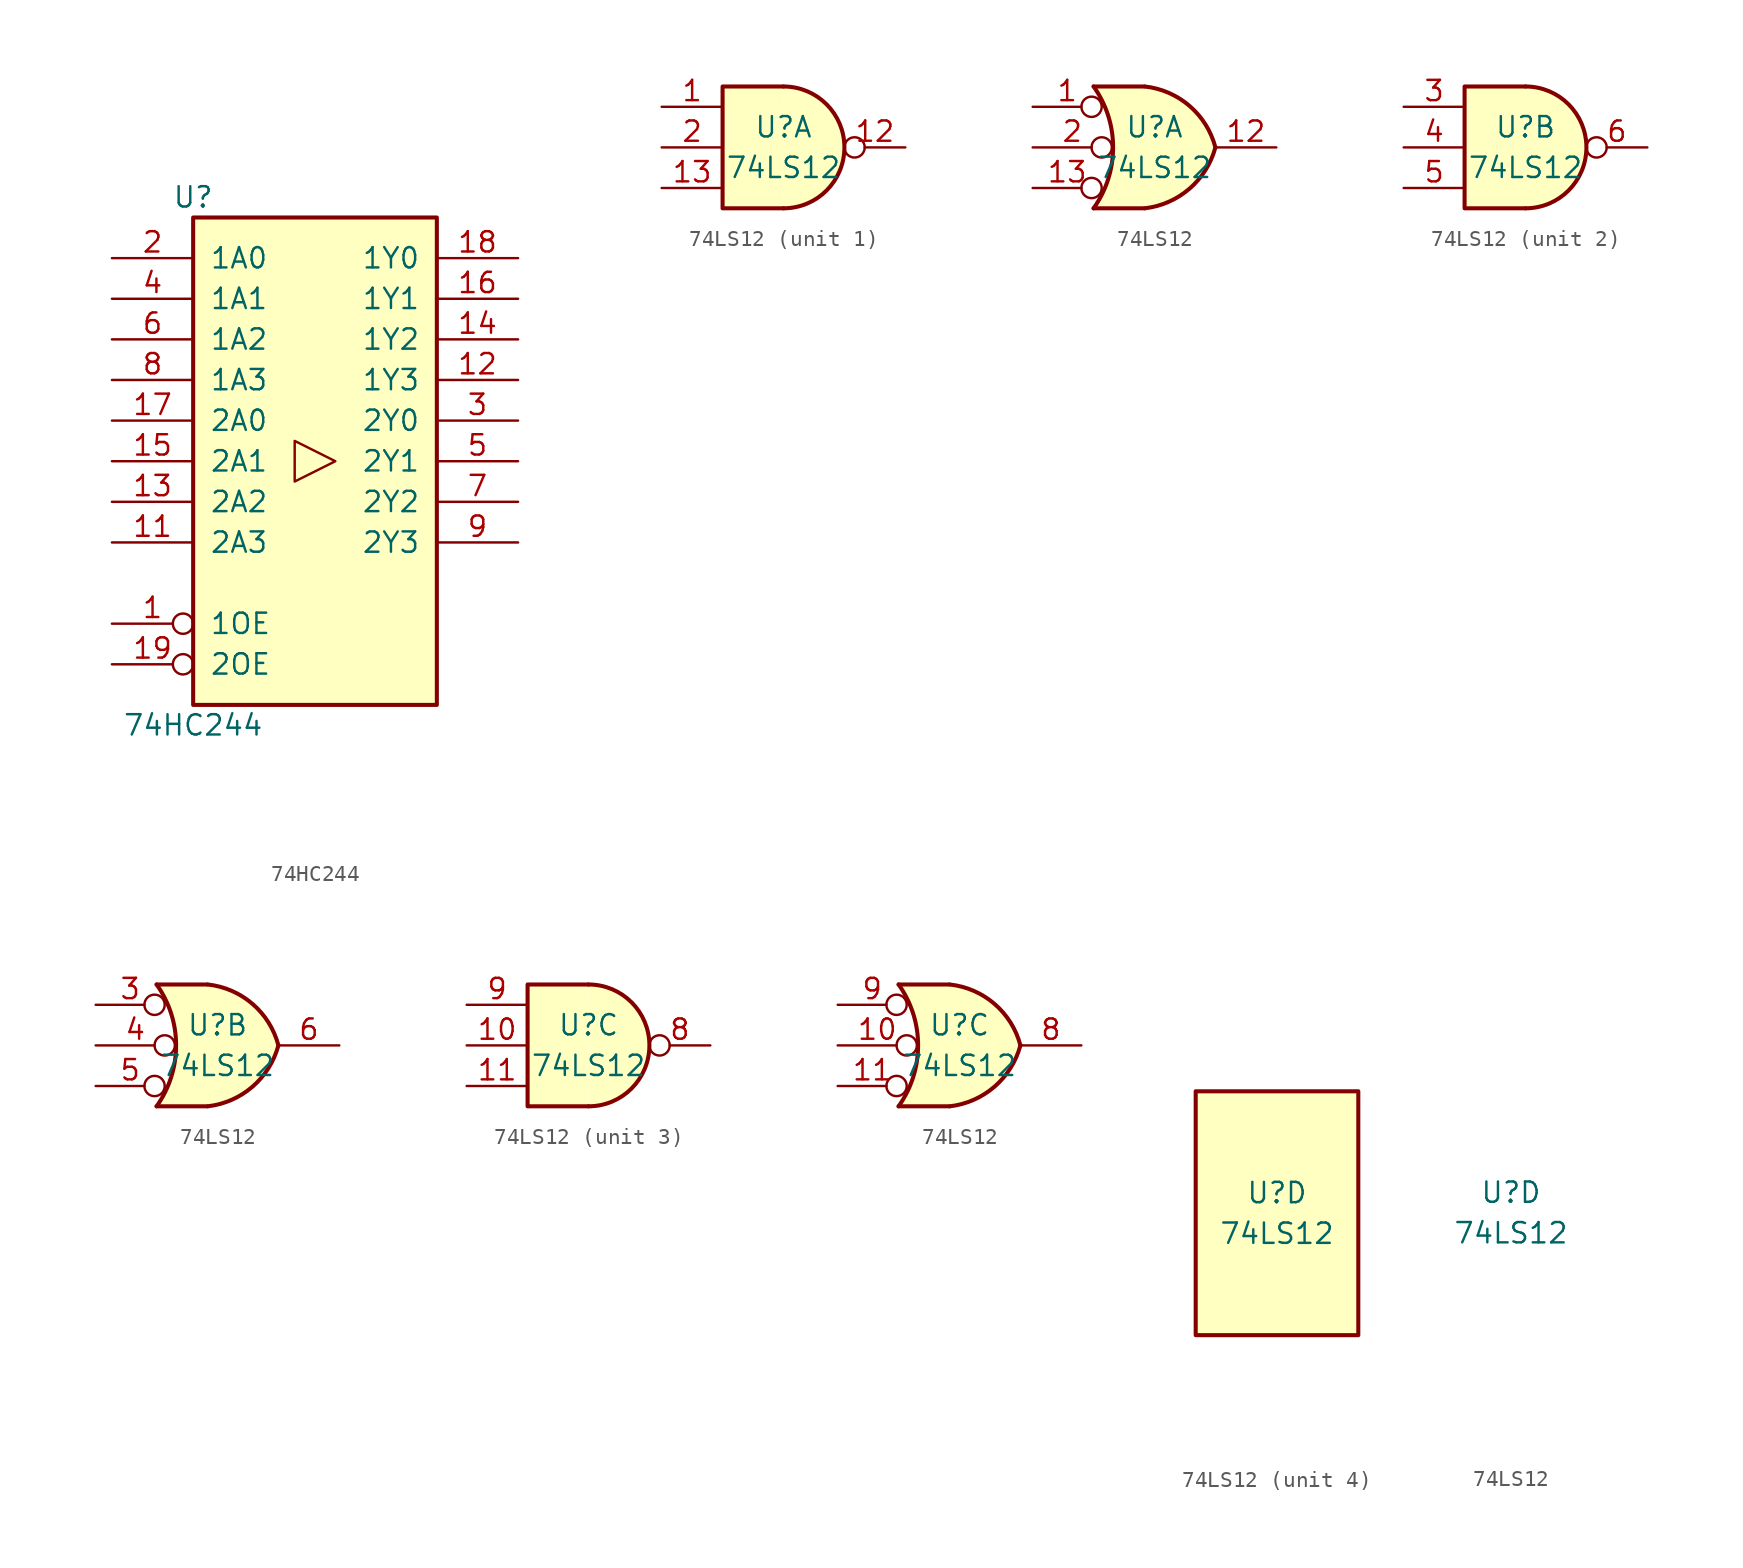
<source format=kicad_sym>
(kicad_symbol_lib
  (version 20211014)
  (generator kicad_symbol_editor)
  (symbol "74HC244"
    (pin_names
      (offset 1.016))
    (property "Reference" "U"
      (at -7.62 16.51 0)
      (effects (font (size 1.27 1.27))))
    (property "Value" "74HC244"
      (at -7.62 -16.51 0)
      (effects (font (size 1.27 1.27))))
    (property "ki_locked" ""
      (at 0 0 0)
      (effects (font (size 1.27 1.27))))
    (symbol "74HC244_1_0"
      (polyline (pts (xy 1.27 0) (xy -1.27 1.27) (xy -1.27 -1.27) (xy 1.27 0)) (stroke (width 0.152) (type default) (color 0 0 0 0)) (fill (type none)))
      (pin input inverted (at -12.7 -10.16 0) (length 5.08) (name "1OE" (effects (font (size 1.27 1.27)))) (number "1" (effects (font (size 1.27 1.27)))))
      (pin input line (at 0 -20.32 90) (length 5.08) hide (name "GND" (effects (font (size 1.27 1.27)))) (number "10" (effects (font (size 1.27 1.27)))))
      (pin input line (at -12.7 -5.08 0) (length 5.08) (name "2A3" (effects (font (size 1.27 1.27)))) (number "11" (effects (font (size 1.27 1.27)))))
      (pin output line (at 12.7 5.08 180) (length 5.08) (name "1Y3" (effects (font (size 1.27 1.27)))) (number "12" (effects (font (size 1.27 1.27)))))
      (pin input line (at -12.7 -2.54 0) (length 5.08) (name "2A2" (effects (font (size 1.27 1.27)))) (number "13" (effects (font (size 1.27 1.27)))))
      (pin output line (at 12.7 7.62 180) (length 5.08) (name "1Y2" (effects (font (size 1.27 1.27)))) (number "14" (effects (font (size 1.27 1.27)))))
      (pin input line (at -12.7 0 0) (length 5.08) (name "2A1" (effects (font (size 1.27 1.27)))) (number "15" (effects (font (size 1.27 1.27)))))
      (pin output line (at 12.7 10.16 180) (length 5.08) (name "1Y1" (effects (font (size 1.27 1.27)))) (number "16" (effects (font (size 1.27 1.27)))))
      (pin input line (at -12.7 2.54 0) (length 5.08) (name "2A0" (effects (font (size 1.27 1.27)))) (number "17" (effects (font (size 1.27 1.27)))))
      (pin output line (at 12.7 12.7 180) (length 5.08) (name "1Y0" (effects (font (size 1.27 1.27)))) (number "18" (effects (font (size 1.27 1.27)))))
      (pin input inverted (at -12.7 -12.7 0) (length 5.08) (name "2OE" (effects (font (size 1.27 1.27)))) (number "19" (effects (font (size 1.27 1.27)))))
      (pin input line (at -12.7 12.7 0) (length 5.08) (name "1A0" (effects (font (size 1.27 1.27)))) (number "2" (effects (font (size 1.27 1.27)))))
      (pin input line (at 0 20.32 270) (length 5.08) hide (name "VCC" (effects (font (size 1.27 1.27)))) (number "20" (effects (font (size 1.27 1.27)))))
      (pin output line (at 12.7 2.54 180) (length 5.08) (name "2Y0" (effects (font (size 1.27 1.27)))) (number "3" (effects (font (size 1.27 1.27)))))
      (pin input line (at -12.7 10.16 0) (length 5.08) (name "1A1" (effects (font (size 1.27 1.27)))) (number "4" (effects (font (size 1.27 1.27)))))
      (pin output line (at 12.7 0 180) (length 5.08) (name "2Y1" (effects (font (size 1.27 1.27)))) (number "5" (effects (font (size 1.27 1.27)))))
      (pin input line (at -12.7 7.62 0) (length 5.08) (name "1A2" (effects (font (size 1.27 1.27)))) (number "6" (effects (font (size 1.27 1.27)))))
      (pin output line (at 12.7 -2.54 180) (length 5.08) (name "2Y2" (effects (font (size 1.27 1.27)))) (number "7" (effects (font (size 1.27 1.27)))))
      (pin input line (at -12.7 5.08 0) (length 5.08) (name "1A3" (effects (font (size 1.27 1.27)))) (number "8" (effects (font (size 1.27 1.27)))))
      (pin output line (at 12.7 -5.08 180) (length 5.08) (name "2Y3" (effects (font (size 1.27 1.27)))) (number "9" (effects (font (size 1.27 1.27))))))
    (symbol "74HC244_1_1"
      (rectangle (start -7.62 15.24) (end 7.62 -15.24) (stroke (width 0.254) (type default) (color 0 0 0 0)) (fill (type background)))))
  (symbol "74LS12"
    (pin_names
      (offset 1.016))
    (property "Reference" "U"
      (at 0 1.27 0)
      (effects (font (size 1.27 1.27))))
    (property "Value" "74LS12"
      (at 0 -1.27 0)
      (effects (font (size 1.27 1.27))))
    (property "ki_locked" ""
      (at 0 0 0)
      (effects (font (size 1.27 1.27))))
    (symbol "74LS12_1_1"
      (arc (start 0 -3.81) (mid 3.81 0) (end 0 3.81) (stroke (width 0.254) (type default) (color 0 0 0 0)) (fill (type background)))
      (polyline (pts (xy 0 3.81) (xy -3.81 3.81) (xy -3.81 -3.81) (xy 0 -3.81)) (stroke (width 0.254) (type default) (color 0 0 0 0)) (fill (type background)))
      (pin input line (at -7.62 2.54 0) (length 3.81) (name "~" (effects (font (size 1.27 1.27)))) (number "1" (effects (font (size 1.27 1.27)))))
      (pin open_collector inverted (at 7.62 0 180) (length 3.81) (name "~" (effects (font (size 1.27 1.27)))) (number "12" (effects (font (size 1.27 1.27)))))
      (pin input line (at -7.62 -2.54 0) (length 3.81) (name "~" (effects (font (size 1.27 1.27)))) (number "13" (effects (font (size 1.27 1.27)))))
      (pin input line (at -7.62 0 0) (length 3.81) (name "~" (effects (font (size 1.27 1.27)))) (number "2" (effects (font (size 1.27 1.27))))))
    (symbol "74LS12_1_2"
      (arc (start -3.81 -3.81) (mid -2.589 0) (end -3.81 3.81) (stroke (width 0.254) (type default) (color 0 0 0 0)) (fill (type none)))
      (arc (start -0.6096 -3.81) (mid 2.1842 -2.5851) (end 3.81 0) (stroke (width 0.254) (type default) (color 0 0 0 0)) (fill (type background)))
      (polyline (pts (xy -3.81 -3.81) (xy -0.635 -3.81)) (stroke (width 0.254) (type default) (color 0 0 0 0)) (fill (type background)))
      (polyline (pts (xy -3.81 3.81) (xy -0.635 3.81)) (stroke (width 0.254) (type default) (color 0 0 0 0)) (fill (type background)))
      (polyline (pts (xy -0.635 3.81) (xy -3.81 3.81) (xy -3.81 3.81) (xy -3.556 3.404) (xy -3.023 2.261) (xy -2.692 1.041) (xy -2.616 -0.254) (xy -2.769 -1.499) (xy -3.175 -2.718) (xy -3.81 -3.81) (xy -3.81 -3.81) (xy -0.635 -3.81)) (stroke (width -25.4) (type default) (color 0 0 0 0)) (fill (type background)))
      (arc (start 3.81 0) (mid 2.1915 2.5936) (end -0.6096 3.81) (stroke (width 0.254) (type default) (color 0 0 0 0)) (fill (type background)))
      (pin input inverted (at -7.62 2.54 0) (length 4.318) (name "~" (effects (font (size 1.27 1.27)))) (number "1" (effects (font (size 1.27 1.27)))))
      (pin open_collector line (at 7.62 0 180) (length 3.81) (name "~" (effects (font (size 1.27 1.27)))) (number "12" (effects (font (size 1.27 1.27)))))
      (pin input inverted (at -7.62 -2.54 0) (length 4.318) (name "~" (effects (font (size 1.27 1.27)))) (number "13" (effects (font (size 1.27 1.27)))))
      (pin input inverted (at -7.62 0 0) (length 4.953) (name "~" (effects (font (size 1.27 1.27)))) (number "2" (effects (font (size 1.27 1.27))))))
    (symbol "74LS12_2_1"
      (arc (start 0 -3.81) (mid 3.81 0) (end 0 3.81) (stroke (width 0.254) (type default) (color 0 0 0 0)) (fill (type background)))
      (polyline (pts (xy 0 3.81) (xy -3.81 3.81) (xy -3.81 -3.81) (xy 0 -3.81)) (stroke (width 0.254) (type default) (color 0 0 0 0)) (fill (type background)))
      (pin input line (at -7.62 2.54 0) (length 3.81) (name "~" (effects (font (size 1.27 1.27)))) (number "3" (effects (font (size 1.27 1.27)))))
      (pin input line (at -7.62 0 0) (length 3.81) (name "~" (effects (font (size 1.27 1.27)))) (number "4" (effects (font (size 1.27 1.27)))))
      (pin input line (at -7.62 -2.54 0) (length 3.81) (name "~" (effects (font (size 1.27 1.27)))) (number "5" (effects (font (size 1.27 1.27)))))
      (pin open_collector inverted (at 7.62 0 180) (length 3.81) (name "~" (effects (font (size 1.27 1.27)))) (number "6" (effects (font (size 1.27 1.27))))))
    (symbol "74LS12_2_2"
      (arc (start -3.81 -3.81) (mid -2.589 0) (end -3.81 3.81) (stroke (width 0.254) (type default) (color 0 0 0 0)) (fill (type none)))
      (arc (start -0.6096 -3.81) (mid 2.1842 -2.5851) (end 3.81 0) (stroke (width 0.254) (type default) (color 0 0 0 0)) (fill (type background)))
      (polyline (pts (xy -3.81 -3.81) (xy -0.635 -3.81)) (stroke (width 0.254) (type default) (color 0 0 0 0)) (fill (type background)))
      (polyline (pts (xy -3.81 3.81) (xy -0.635 3.81)) (stroke (width 0.254) (type default) (color 0 0 0 0)) (fill (type background)))
      (polyline (pts (xy -0.635 3.81) (xy -3.81 3.81) (xy -3.81 3.81) (xy -3.556 3.404) (xy -3.023 2.261) (xy -2.692 1.041) (xy -2.616 -0.254) (xy -2.769 -1.499) (xy -3.175 -2.718) (xy -3.81 -3.81) (xy -3.81 -3.81) (xy -0.635 -3.81)) (stroke (width -25.4) (type default) (color 0 0 0 0)) (fill (type background)))
      (arc (start 3.81 0) (mid 2.1915 2.5936) (end -0.6096 3.81) (stroke (width 0.254) (type default) (color 0 0 0 0)) (fill (type background)))
      (pin input inverted (at -7.62 2.54 0) (length 4.318) (name "~" (effects (font (size 1.27 1.27)))) (number "3" (effects (font (size 1.27 1.27)))))
      (pin input inverted (at -7.62 0 0) (length 4.953) (name "~" (effects (font (size 1.27 1.27)))) (number "4" (effects (font (size 1.27 1.27)))))
      (pin input inverted (at -7.62 -2.54 0) (length 4.318) (name "~" (effects (font (size 1.27 1.27)))) (number "5" (effects (font (size 1.27 1.27)))))
      (pin open_collector line (at 7.62 0 180) (length 3.81) (name "~" (effects (font (size 1.27 1.27)))) (number "6" (effects (font (size 1.27 1.27))))))
    (symbol "74LS12_3_1"
      (arc (start 0 -3.81) (mid 3.81 0) (end 0 3.81) (stroke (width 0.254) (type default) (color 0 0 0 0)) (fill (type background)))
      (polyline (pts (xy 0 3.81) (xy -3.81 3.81) (xy -3.81 -3.81) (xy 0 -3.81)) (stroke (width 0.254) (type default) (color 0 0 0 0)) (fill (type background)))
      (pin input line (at -7.62 0 0) (length 3.81) (name "~" (effects (font (size 1.27 1.27)))) (number "10" (effects (font (size 1.27 1.27)))))
      (pin input line (at -7.62 -2.54 0) (length 3.81) (name "~" (effects (font (size 1.27 1.27)))) (number "11" (effects (font (size 1.27 1.27)))))
      (pin open_collector inverted (at 7.62 0 180) (length 3.81) (name "~" (effects (font (size 1.27 1.27)))) (number "8" (effects (font (size 1.27 1.27)))))
      (pin input line (at -7.62 2.54 0) (length 3.81) (name "~" (effects (font (size 1.27 1.27)))) (number "9" (effects (font (size 1.27 1.27))))))
    (symbol "74LS12_3_2"
      (arc (start -3.81 -3.81) (mid -2.589 0) (end -3.81 3.81) (stroke (width 0.254) (type default) (color 0 0 0 0)) (fill (type none)))
      (arc (start -0.6096 -3.81) (mid 2.1842 -2.5851) (end 3.81 0) (stroke (width 0.254) (type default) (color 0 0 0 0)) (fill (type background)))
      (polyline (pts (xy -3.81 -3.81) (xy -0.635 -3.81)) (stroke (width 0.254) (type default) (color 0 0 0 0)) (fill (type background)))
      (polyline (pts (xy -3.81 3.81) (xy -0.635 3.81)) (stroke (width 0.254) (type default) (color 0 0 0 0)) (fill (type background)))
      (polyline (pts (xy -0.635 3.81) (xy -3.81 3.81) (xy -3.81 3.81) (xy -3.556 3.404) (xy -3.023 2.261) (xy -2.692 1.041) (xy -2.616 -0.254) (xy -2.769 -1.499) (xy -3.175 -2.718) (xy -3.81 -3.81) (xy -3.81 -3.81) (xy -0.635 -3.81)) (stroke (width -25.4) (type default) (color 0 0 0 0)) (fill (type background)))
      (arc (start 3.81 0) (mid 2.1915 2.5936) (end -0.6096 3.81) (stroke (width 0.254) (type default) (color 0 0 0 0)) (fill (type background)))
      (pin input inverted (at -7.62 0 0) (length 4.953) (name "~" (effects (font (size 1.27 1.27)))) (number "10" (effects (font (size 1.27 1.27)))))
      (pin input inverted (at -7.62 -2.54 0) (length 4.318) (name "~" (effects (font (size 1.27 1.27)))) (number "11" (effects (font (size 1.27 1.27)))))
      (pin open_collector line (at 7.62 0 180) (length 3.81) (name "~" (effects (font (size 1.27 1.27)))) (number "8" (effects (font (size 1.27 1.27)))))
      (pin input inverted (at -7.62 2.54 0) (length 4.318) (name "~" (effects (font (size 1.27 1.27)))) (number "9" (effects (font (size 1.27 1.27))))))
    (symbol "74LS12_4_0"
      (pin input line (at 0 12.7 270) (length 5.08) hide (name "VCC" (effects (font (size 1.27 1.27)))) (number "14" (effects (font (size 1.27 1.27)))))
      (pin input line (at 0 -12.7 90) (length 5.08) hide (name "GND" (effects (font (size 1.27 1.27)))) (number "7" (effects (font (size 1.27 1.27))))))
    (symbol "74LS12_4_1"
      (rectangle (start -5.08 7.62) (end 5.08 -7.62) (stroke (width 0.254) (type default) (color 0 0 0 0)) (fill (type background))))))
</source>
